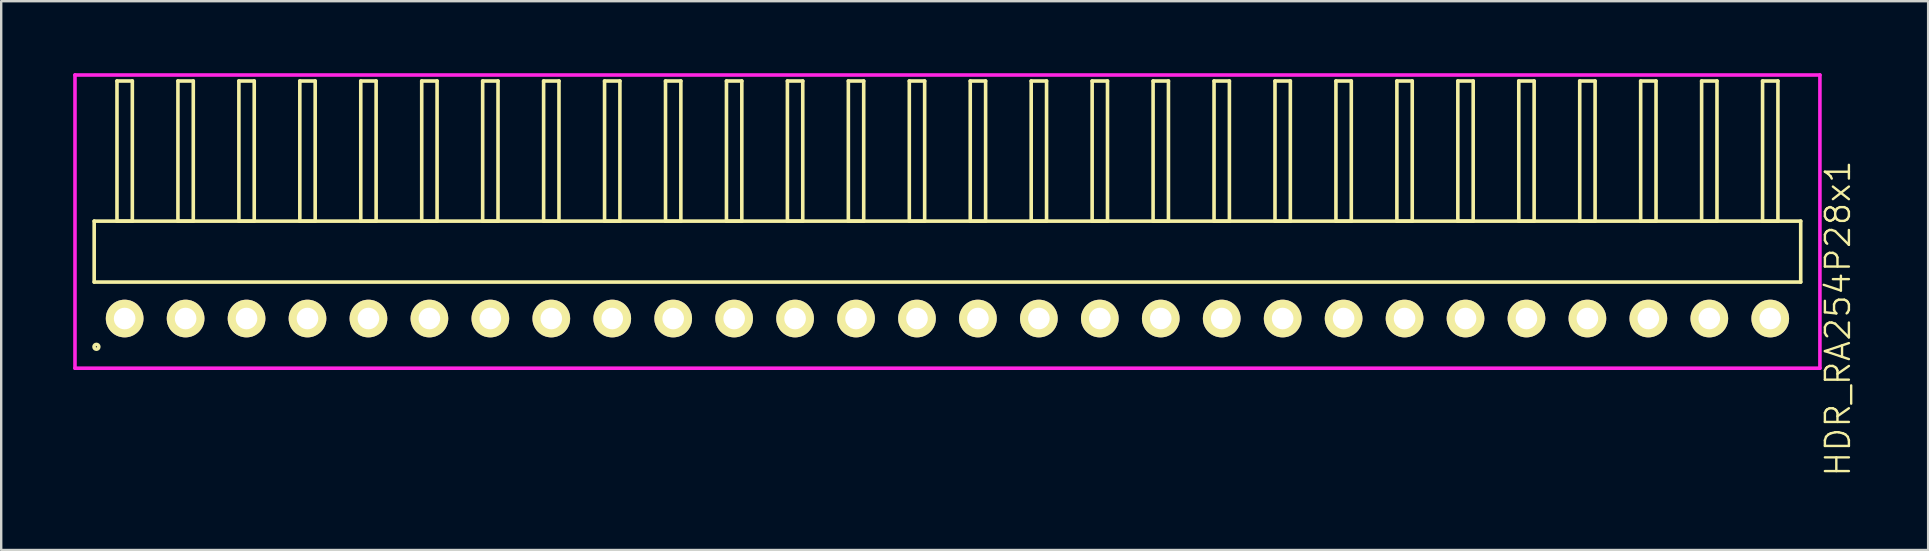
<source format=kicad_pcb>
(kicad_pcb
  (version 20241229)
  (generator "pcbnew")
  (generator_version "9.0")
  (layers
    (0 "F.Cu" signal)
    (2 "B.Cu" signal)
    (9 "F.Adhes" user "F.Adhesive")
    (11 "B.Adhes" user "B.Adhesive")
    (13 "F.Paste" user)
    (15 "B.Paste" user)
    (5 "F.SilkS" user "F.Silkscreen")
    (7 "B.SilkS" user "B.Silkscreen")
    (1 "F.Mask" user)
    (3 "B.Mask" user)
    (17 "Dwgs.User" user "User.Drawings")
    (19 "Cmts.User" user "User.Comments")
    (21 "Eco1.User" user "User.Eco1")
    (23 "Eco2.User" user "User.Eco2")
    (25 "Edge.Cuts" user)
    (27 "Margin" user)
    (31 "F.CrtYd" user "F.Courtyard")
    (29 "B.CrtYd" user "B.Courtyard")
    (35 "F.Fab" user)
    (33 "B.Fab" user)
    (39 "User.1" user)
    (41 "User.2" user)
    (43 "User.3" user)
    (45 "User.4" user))
  (footprint "HDR_RA254P28x1"
    (layer "F.Cu")
    (at 36.435 10.225)
    (property "Reference" "HDR_RA254P28x1" (at 37.11 0 90) (layer "F.SilkS") (effects (font (size 1 1) (thickness 0.1))))
    (attr through_hole)
    (fp_line (start -35.56 -4.06) (end -35.56 -1.52) (stroke (width 0.15) (type solid)) (layer "F.SilkS"))
    (fp_line (start -35.56 -1.52) (end 35.56 -1.52) (stroke (width 0.15) (type solid)) (layer "F.SilkS"))
    (fp_line (start -34.61 -9.9) (end -34.61 -4.06) (stroke (width 0.15) (type solid)) (layer "F.SilkS"))
    (fp_line (start -34.61 -4.06) (end -33.97 -4.06) (stroke (width 0.15) (type solid)) (layer "F.SilkS"))
    (fp_line (start -33.97 -9.9) (end -34.61 -9.9) (stroke (width 0.15) (type solid)) (layer "F.SilkS"))
    (fp_line (start -33.97 -4.06) (end -33.97 -9.9) (stroke (width 0.15) (type solid)) (layer "F.SilkS"))
    (fp_line (start -32.07 -9.9) (end -32.07 -4.06) (stroke (width 0.15) (type solid)) (layer "F.SilkS"))
    (fp_line (start -32.07 -4.06) (end -31.43 -4.06) (stroke (width 0.15) (type solid)) (layer "F.SilkS"))
    (fp_line (start -31.43 -9.9) (end -32.07 -9.9) (stroke (width 0.15) (type solid)) (layer "F.SilkS"))
    (fp_line (start -31.43 -4.06) (end -31.43 -9.9) (stroke (width 0.15) (type solid)) (layer "F.SilkS"))
    (fp_line (start -29.53 -9.9) (end -29.53 -4.06) (stroke (width 0.15) (type solid)) (layer "F.SilkS"))
    (fp_line (start -29.53 -4.06) (end -28.89 -4.06) (stroke (width 0.15) (type solid)) (layer "F.SilkS"))
    (fp_line (start -28.89 -9.9) (end -29.53 -9.9) (stroke (width 0.15) (type solid)) (layer "F.SilkS"))
    (fp_line (start -28.89 -4.06) (end -28.89 -9.9) (stroke (width 0.15) (type solid)) (layer "F.SilkS"))
    (fp_line (start -26.99 -9.9) (end -26.99 -4.06) (stroke (width 0.15) (type solid)) (layer "F.SilkS"))
    (fp_line (start -26.99 -4.06) (end -26.35 -4.06) (stroke (width 0.15) (type solid)) (layer "F.SilkS"))
    (fp_line (start -26.35 -9.9) (end -26.99 -9.9) (stroke (width 0.15) (type solid)) (layer "F.SilkS"))
    (fp_line (start -26.35 -4.06) (end -26.35 -9.9) (stroke (width 0.15) (type solid)) (layer "F.SilkS"))
    (fp_line (start -24.45 -9.9) (end -24.45 -4.06) (stroke (width 0.15) (type solid)) (layer "F.SilkS"))
    (fp_line (start -24.45 -4.06) (end -23.81 -4.06) (stroke (width 0.15) (type solid)) (layer "F.SilkS"))
    (fp_line (start -23.81 -9.9) (end -24.45 -9.9) (stroke (width 0.15) (type solid)) (layer "F.SilkS"))
    (fp_line (start -23.81 -4.06) (end -23.81 -9.9) (stroke (width 0.15) (type solid)) (layer "F.SilkS"))
    (fp_line (start -21.91 -9.9) (end -21.91 -4.06) (stroke (width 0.15) (type solid)) (layer "F.SilkS"))
    (fp_line (start -21.91 -4.06) (end -21.27 -4.06) (stroke (width 0.15) (type solid)) (layer "F.SilkS"))
    (fp_line (start -21.27 -9.9) (end -21.91 -9.9) (stroke (width 0.15) (type solid)) (layer "F.SilkS"))
    (fp_line (start -21.27 -4.06) (end -21.27 -9.9) (stroke (width 0.15) (type solid)) (layer "F.SilkS"))
    (fp_line (start -19.37 -9.9) (end -19.37 -4.06) (stroke (width 0.15) (type solid)) (layer "F.SilkS"))
    (fp_line (start -19.37 -4.06) (end -18.73 -4.06) (stroke (width 0.15) (type solid)) (layer "F.SilkS"))
    (fp_line (start -18.73 -9.9) (end -19.37 -9.9) (stroke (width 0.15) (type solid)) (layer "F.SilkS"))
    (fp_line (start -18.73 -4.06) (end -18.73 -9.9) (stroke (width 0.15) (type solid)) (layer "F.SilkS"))
    (fp_line (start -16.83 -9.9) (end -16.83 -4.06) (stroke (width 0.15) (type solid)) (layer "F.SilkS"))
    (fp_line (start -16.83 -4.06) (end -16.19 -4.06) (stroke (width 0.15) (type solid)) (layer "F.SilkS"))
    (fp_line (start -16.19 -9.9) (end -16.83 -9.9) (stroke (width 0.15) (type solid)) (layer "F.SilkS"))
    (fp_line (start -16.19 -4.06) (end -16.19 -9.9) (stroke (width 0.15) (type solid)) (layer "F.SilkS"))
    (fp_line (start -14.29 -9.9) (end -14.29 -4.06) (stroke (width 0.15) (type solid)) (layer "F.SilkS"))
    (fp_line (start -14.29 -4.06) (end -13.65 -4.06) (stroke (width 0.15) (type solid)) (layer "F.SilkS"))
    (fp_line (start -13.65 -9.9) (end -14.29 -9.9) (stroke (width 0.15) (type solid)) (layer "F.SilkS"))
    (fp_line (start -13.65 -4.06) (end -13.65 -9.9) (stroke (width 0.15) (type solid)) (layer "F.SilkS"))
    (fp_line (start -11.75 -9.9) (end -11.75 -4.06) (stroke (width 0.15) (type solid)) (layer "F.SilkS"))
    (fp_line (start -11.75 -4.06) (end -11.11 -4.06) (stroke (width 0.15) (type solid)) (layer "F.SilkS"))
    (fp_line (start -11.11 -9.9) (end -11.75 -9.9) (stroke (width 0.15) (type solid)) (layer "F.SilkS"))
    (fp_line (start -11.11 -4.06) (end -11.11 -9.9) (stroke (width 0.15) (type solid)) (layer "F.SilkS"))
    (fp_line (start -9.21 -9.9) (end -9.21 -4.06) (stroke (width 0.15) (type solid)) (layer "F.SilkS"))
    (fp_line (start -9.21 -4.06) (end -8.57 -4.06) (stroke (width 0.15) (type solid)) (layer "F.SilkS"))
    (fp_line (start -8.57 -9.9) (end -9.21 -9.9) (stroke (width 0.15) (type solid)) (layer "F.SilkS"))
    (fp_line (start -8.57 -4.06) (end -8.57 -9.9) (stroke (width 0.15) (type solid)) (layer "F.SilkS"))
    (fp_line (start -6.67 -9.9) (end -6.67 -4.06) (stroke (width 0.15) (type solid)) (layer "F.SilkS"))
    (fp_line (start -6.67 -4.06) (end -6.03 -4.06) (stroke (width 0.15) (type solid)) (layer "F.SilkS"))
    (fp_line (start -6.03 -9.9) (end -6.67 -9.9) (stroke (width 0.15) (type solid)) (layer "F.SilkS"))
    (fp_line (start -6.03 -4.06) (end -6.03 -9.9) (stroke (width 0.15) (type solid)) (layer "F.SilkS"))
    (fp_line (start -4.13 -9.9) (end -4.13 -4.06) (stroke (width 0.15) (type solid)) (layer "F.SilkS"))
    (fp_line (start -4.13 -4.06) (end -3.49 -4.06) (stroke (width 0.15) (type solid)) (layer "F.SilkS"))
    (fp_line (start -3.49 -9.9) (end -4.13 -9.9) (stroke (width 0.15) (type solid)) (layer "F.SilkS"))
    (fp_line (start -3.49 -4.06) (end -3.49 -9.9) (stroke (width 0.15) (type solid)) (layer "F.SilkS"))
    (fp_line (start -1.59 -9.9) (end -1.59 -4.06) (stroke (width 0.15) (type solid)) (layer "F.SilkS"))
    (fp_line (start -1.59 -4.06) (end -0.95 -4.06) (stroke (width 0.15) (type solid)) (layer "F.SilkS"))
    (fp_line (start -0.95 -9.9) (end -1.59 -9.9) (stroke (width 0.15) (type solid)) (layer "F.SilkS"))
    (fp_line (start -0.95 -4.06) (end -0.95 -9.9) (stroke (width 0.15) (type solid)) (layer "F.SilkS"))
    (fp_line (start 0.95 -9.9) (end 0.95 -4.06) (stroke (width 0.15) (type solid)) (layer "F.SilkS"))
    (fp_line (start 0.95 -4.06) (end 1.59 -4.06) (stroke (width 0.15) (type solid)) (layer "F.SilkS"))
    (fp_line (start 1.59 -9.9) (end 0.95 -9.9) (stroke (width 0.15) (type solid)) (layer "F.SilkS"))
    (fp_line (start 1.59 -4.06) (end 1.59 -9.9) (stroke (width 0.15) (type solid)) (layer "F.SilkS"))
    (fp_line (start 3.49 -9.9) (end 3.49 -4.06) (stroke (width 0.15) (type solid)) (layer "F.SilkS"))
    (fp_line (start 3.49 -4.06) (end 4.13 -4.06) (stroke (width 0.15) (type solid)) (layer "F.SilkS"))
    (fp_line (start 4.13 -9.9) (end 3.49 -9.9) (stroke (width 0.15) (type solid)) (layer "F.SilkS"))
    (fp_line (start 4.13 -4.06) (end 4.13 -9.9) (stroke (width 0.15) (type solid)) (layer "F.SilkS"))
    (fp_line (start 6.03 -9.9) (end 6.03 -4.06) (stroke (width 0.15) (type solid)) (layer "F.SilkS"))
    (fp_line (start 6.03 -4.06) (end 6.67 -4.06) (stroke (width 0.15) (type solid)) (layer "F.SilkS"))
    (fp_line (start 6.67 -9.9) (end 6.03 -9.9) (stroke (width 0.15) (type solid)) (layer "F.SilkS"))
    (fp_line (start 6.67 -4.06) (end 6.67 -9.9) (stroke (width 0.15) (type solid)) (layer "F.SilkS"))
    (fp_line (start 8.57 -9.9) (end 8.57 -4.06) (stroke (width 0.15) (type solid)) (layer "F.SilkS"))
    (fp_line (start 8.57 -4.06) (end 9.21 -4.06) (stroke (width 0.15) (type solid)) (layer "F.SilkS"))
    (fp_line (start 9.21 -9.9) (end 8.57 -9.9) (stroke (width 0.15) (type solid)) (layer "F.SilkS"))
    (fp_line (start 9.21 -4.06) (end 9.21 -9.9) (stroke (width 0.15) (type solid)) (layer "F.SilkS"))
    (fp_line (start 11.11 -9.9) (end 11.11 -4.06) (stroke (width 0.15) (type solid)) (layer "F.SilkS"))
    (fp_line (start 11.11 -4.06) (end 11.75 -4.06) (stroke (width 0.15) (type solid)) (layer "F.SilkS"))
    (fp_line (start 11.75 -9.9) (end 11.11 -9.9) (stroke (width 0.15) (type solid)) (layer "F.SilkS"))
    (fp_line (start 11.75 -4.06) (end 11.75 -9.9) (stroke (width 0.15) (type solid)) (layer "F.SilkS"))
    (fp_line (start 13.65 -9.9) (end 13.65 -4.06) (stroke (width 0.15) (type solid)) (layer "F.SilkS"))
    (fp_line (start 13.65 -4.06) (end 14.29 -4.06) (stroke (width 0.15) (type solid)) (layer "F.SilkS"))
    (fp_line (start 14.29 -9.9) (end 13.65 -9.9) (stroke (width 0.15) (type solid)) (layer "F.SilkS"))
    (fp_line (start 14.29 -4.06) (end 14.29 -9.9) (stroke (width 0.15) (type solid)) (layer "F.SilkS"))
    (fp_line (start 16.19 -9.9) (end 16.19 -4.06) (stroke (width 0.15) (type solid)) (layer "F.SilkS"))
    (fp_line (start 16.19 -4.06) (end 16.83 -4.06) (stroke (width 0.15) (type solid)) (layer "F.SilkS"))
    (fp_line (start 16.83 -9.9) (end 16.19 -9.9) (stroke (width 0.15) (type solid)) (layer "F.SilkS"))
    (fp_line (start 16.83 -4.06) (end 16.83 -9.9) (stroke (width 0.15) (type solid)) (layer "F.SilkS"))
    (fp_line (start 18.73 -9.9) (end 18.73 -4.06) (stroke (width 0.15) (type solid)) (layer "F.SilkS"))
    (fp_line (start 18.73 -4.06) (end 19.37 -4.06) (stroke (width 0.15) (type solid)) (layer "F.SilkS"))
    (fp_line (start 19.37 -9.9) (end 18.73 -9.9) (stroke (width 0.15) (type solid)) (layer "F.SilkS"))
    (fp_line (start 19.37 -4.06) (end 19.37 -9.9) (stroke (width 0.15) (type solid)) (layer "F.SilkS"))
    (fp_line (start 21.27 -9.9) (end 21.27 -4.06) (stroke (width 0.15) (type solid)) (layer "F.SilkS"))
    (fp_line (start 21.27 -4.06) (end 21.91 -4.06) (stroke (width 0.15) (type solid)) (layer "F.SilkS"))
    (fp_line (start 21.91 -9.9) (end 21.27 -9.9) (stroke (width 0.15) (type solid)) (layer "F.SilkS"))
    (fp_line (start 21.91 -4.06) (end 21.91 -9.9) (stroke (width 0.15) (type solid)) (layer "F.SilkS"))
    (fp_line (start 23.81 -9.9) (end 23.81 -4.06) (stroke (width 0.15) (type solid)) (layer "F.SilkS"))
    (fp_line (start 23.81 -4.06) (end 24.45 -4.06) (stroke (width 0.15) (type solid)) (layer "F.SilkS"))
    (fp_line (start 24.45 -9.9) (end 23.81 -9.9) (stroke (width 0.15) (type solid)) (layer "F.SilkS"))
    (fp_line (start 24.45 -4.06) (end 24.45 -9.9) (stroke (width 0.15) (type solid)) (layer "F.SilkS"))
    (fp_line (start 26.35 -9.9) (end 26.35 -4.06) (stroke (width 0.15) (type solid)) (layer "F.SilkS"))
    (fp_line (start 26.35 -4.06) (end 26.99 -4.06) (stroke (width 0.15) (type solid)) (layer "F.SilkS"))
    (fp_line (start 26.99 -9.9) (end 26.35 -9.9) (stroke (width 0.15) (type solid)) (layer "F.SilkS"))
    (fp_line (start 26.99 -4.06) (end 26.99 -9.9) (stroke (width 0.15) (type solid)) (layer "F.SilkS"))
    (fp_line (start 28.89 -9.9) (end 28.89 -4.06) (stroke (width 0.15) (type solid)) (layer "F.SilkS"))
    (fp_line (start 28.89 -4.06) (end 29.53 -4.06) (stroke (width 0.15) (type solid)) (layer "F.SilkS"))
    (fp_line (start 29.53 -9.9) (end 28.89 -9.9) (stroke (width 0.15) (type solid)) (layer "F.SilkS"))
    (fp_line (start 29.53 -4.06) (end 29.53 -9.9) (stroke (width 0.15) (type solid)) (layer "F.SilkS"))
    (fp_line (start 31.43 -9.9) (end 31.43 -4.06) (stroke (width 0.15) (type solid)) (layer "F.SilkS"))
    (fp_line (start 31.43 -4.06) (end 32.07 -4.06) (stroke (width 0.15) (type solid)) (layer "F.SilkS"))
    (fp_line (start 32.07 -9.9) (end 31.43 -9.9) (stroke (width 0.15) (type solid)) (layer "F.SilkS"))
    (fp_line (start 32.07 -4.06) (end 32.07 -9.9) (stroke (width 0.15) (type solid)) (layer "F.SilkS"))
    (fp_line (start 33.97 -9.9) (end 33.97 -4.06) (stroke (width 0.15) (type solid)) (layer "F.SilkS"))
    (fp_line (start 33.97 -4.06) (end 34.61 -4.06) (stroke (width 0.15) (type solid)) (layer "F.SilkS"))
    (fp_line (start 34.61 -9.9) (end 33.97 -9.9) (stroke (width 0.15) (type solid)) (layer "F.SilkS"))
    (fp_line (start 34.61 -4.06) (end 34.61 -9.9) (stroke (width 0.15) (type solid)) (layer "F.SilkS"))
    (fp_line (start 35.56 -4.06) (end -35.56 -4.06) (stroke (width 0.15) (type solid)) (layer "F.SilkS"))
    (fp_line (start 35.56 -1.52) (end 35.56 -4.06) (stroke (width 0.15) (type solid)) (layer "F.SilkS"))
    (fp_circle (center -35.467 1.178) (end -35.367 1.178) (stroke (width 0.15) (type solid)) (fill no) (layer "F.SilkS"))
    (fp_line (start -36.36 -10.15) (end -36.36 2.07) (stroke (width 0.15) (type solid)) (layer "F.CrtYd"))
    (fp_line (start -36.36 2.07) (end 36.36 2.07) (stroke (width 0.15) (type solid)) (layer "F.CrtYd"))
    (fp_line (start 36.36 -10.15) (end -36.36 -10.15) (stroke (width 0.15) (type solid)) (layer "F.CrtYd"))
    (fp_line (start 36.36 2.07) (end 36.36 -10.15) (stroke (width 0.15) (type solid)) (layer "F.CrtYd"))
    (pad "1" thru_hole oval (at -34.29 0) (size 1.57 1.57) (drill 0.9) (layers "*.Cu" "*.Mask" "F.SilkS"))
    (pad "2" thru_hole oval (at -31.75 0) (size 1.57 1.57) (drill 0.9) (layers "*.Cu" "*.Mask" "F.SilkS"))
    (pad "3" thru_hole oval (at -29.21 0) (size 1.57 1.57) (drill 0.9) (layers "*.Cu" "*.Mask" "F.SilkS"))
    (pad "4" thru_hole oval (at -26.67 0) (size 1.57 1.57) (drill 0.9) (layers "*.Cu" "*.Mask" "F.SilkS"))
    (pad "5" thru_hole oval (at -24.13 0) (size 1.57 1.57) (drill 0.9) (layers "*.Cu" "*.Mask" "F.SilkS"))
    (pad "6" thru_hole oval (at -21.59 0) (size 1.57 1.57) (drill 0.9) (layers "*.Cu" "*.Mask" "F.SilkS"))
    (pad "7" thru_hole oval (at -19.05 0) (size 1.57 1.57) (drill 0.9) (layers "*.Cu" "*.Mask" "F.SilkS"))
    (pad "8" thru_hole oval (at -16.51 0) (size 1.57 1.57) (drill 0.9) (layers "*.Cu" "*.Mask" "F.SilkS"))
    (pad "9" thru_hole oval (at -13.97 0) (size 1.57 1.57) (drill 0.9) (layers "*.Cu" "*.Mask" "F.SilkS"))
    (pad "10" thru_hole oval (at -11.43 0) (size 1.57 1.57) (drill 0.9) (layers "*.Cu" "*.Mask" "F.SilkS"))
    (pad "11" thru_hole oval (at -8.89 0) (size 1.57 1.57) (drill 0.9) (layers "*.Cu" "*.Mask" "F.SilkS"))
    (pad "12" thru_hole oval (at -6.35 0) (size 1.57 1.57) (drill 0.9) (layers "*.Cu" "*.Mask" "F.SilkS"))
    (pad "13" thru_hole oval (at -3.81 0) (size 1.57 1.57) (drill 0.9) (layers "*.Cu" "*.Mask" "F.SilkS"))
    (pad "14" thru_hole oval (at -1.27 0) (size 1.57 1.57) (drill 0.9) (layers "*.Cu" "*.Mask" "F.SilkS"))
    (pad "15" thru_hole oval (at 1.27 0) (size 1.57 1.57) (drill 0.9) (layers "*.Cu" "*.Mask" "F.SilkS"))
    (pad "16" thru_hole oval (at 3.81 0) (size 1.57 1.57) (drill 0.9) (layers "*.Cu" "*.Mask" "F.SilkS"))
    (pad "17" thru_hole oval (at 6.35 0) (size 1.57 1.57) (drill 0.9) (layers "*.Cu" "*.Mask" "F.SilkS"))
    (pad "18" thru_hole oval (at 8.89 0) (size 1.57 1.57) (drill 0.9) (layers "*.Cu" "*.Mask" "F.SilkS"))
    (pad "19" thru_hole oval (at 11.43 0) (size 1.57 1.57) (drill 0.9) (layers "*.Cu" "*.Mask" "F.SilkS"))
    (pad "20" thru_hole oval (at 13.97 0) (size 1.57 1.57) (drill 0.9) (layers "*.Cu" "*.Mask" "F.SilkS"))
    (pad "21" thru_hole oval (at 16.51 0) (size 1.57 1.57) (drill 0.9) (layers "*.Cu" "*.Mask" "F.SilkS"))
    (pad "22" thru_hole oval (at 19.05 0) (size 1.57 1.57) (drill 0.9) (layers "*.Cu" "*.Mask" "F.SilkS"))
    (pad "23" thru_hole oval (at 21.59 0) (size 1.57 1.57) (drill 0.9) (layers "*.Cu" "*.Mask" "F.SilkS"))
    (pad "24" thru_hole oval (at 24.13 0) (size 1.57 1.57) (drill 0.9) (layers "*.Cu" "*.Mask" "F.SilkS"))
    (pad "25" thru_hole oval (at 26.67 0) (size 1.57 1.57) (drill 0.9) (layers "*.Cu" "*.Mask" "F.SilkS"))
    (pad "26" thru_hole oval (at 29.21 0) (size 1.57 1.57) (drill 0.9) (layers "*.Cu" "*.Mask" "F.SilkS"))
    (pad "27" thru_hole oval (at 31.75 0) (size 1.57 1.57) (drill 0.9) (layers "*.Cu" "*.Mask" "F.SilkS"))
    (pad "28" thru_hole oval (at 34.29 0) (size 1.57 1.57) (drill 0.9) (layers "*.Cu" "*.Mask" "F.SilkS")))
  (gr_rect
    (start -3 -3)
    (end 77.305 19.87)
    (stroke (width 0.1) (type default))
    (fill no)
    (layer "Edge.Cuts")))
</source>
